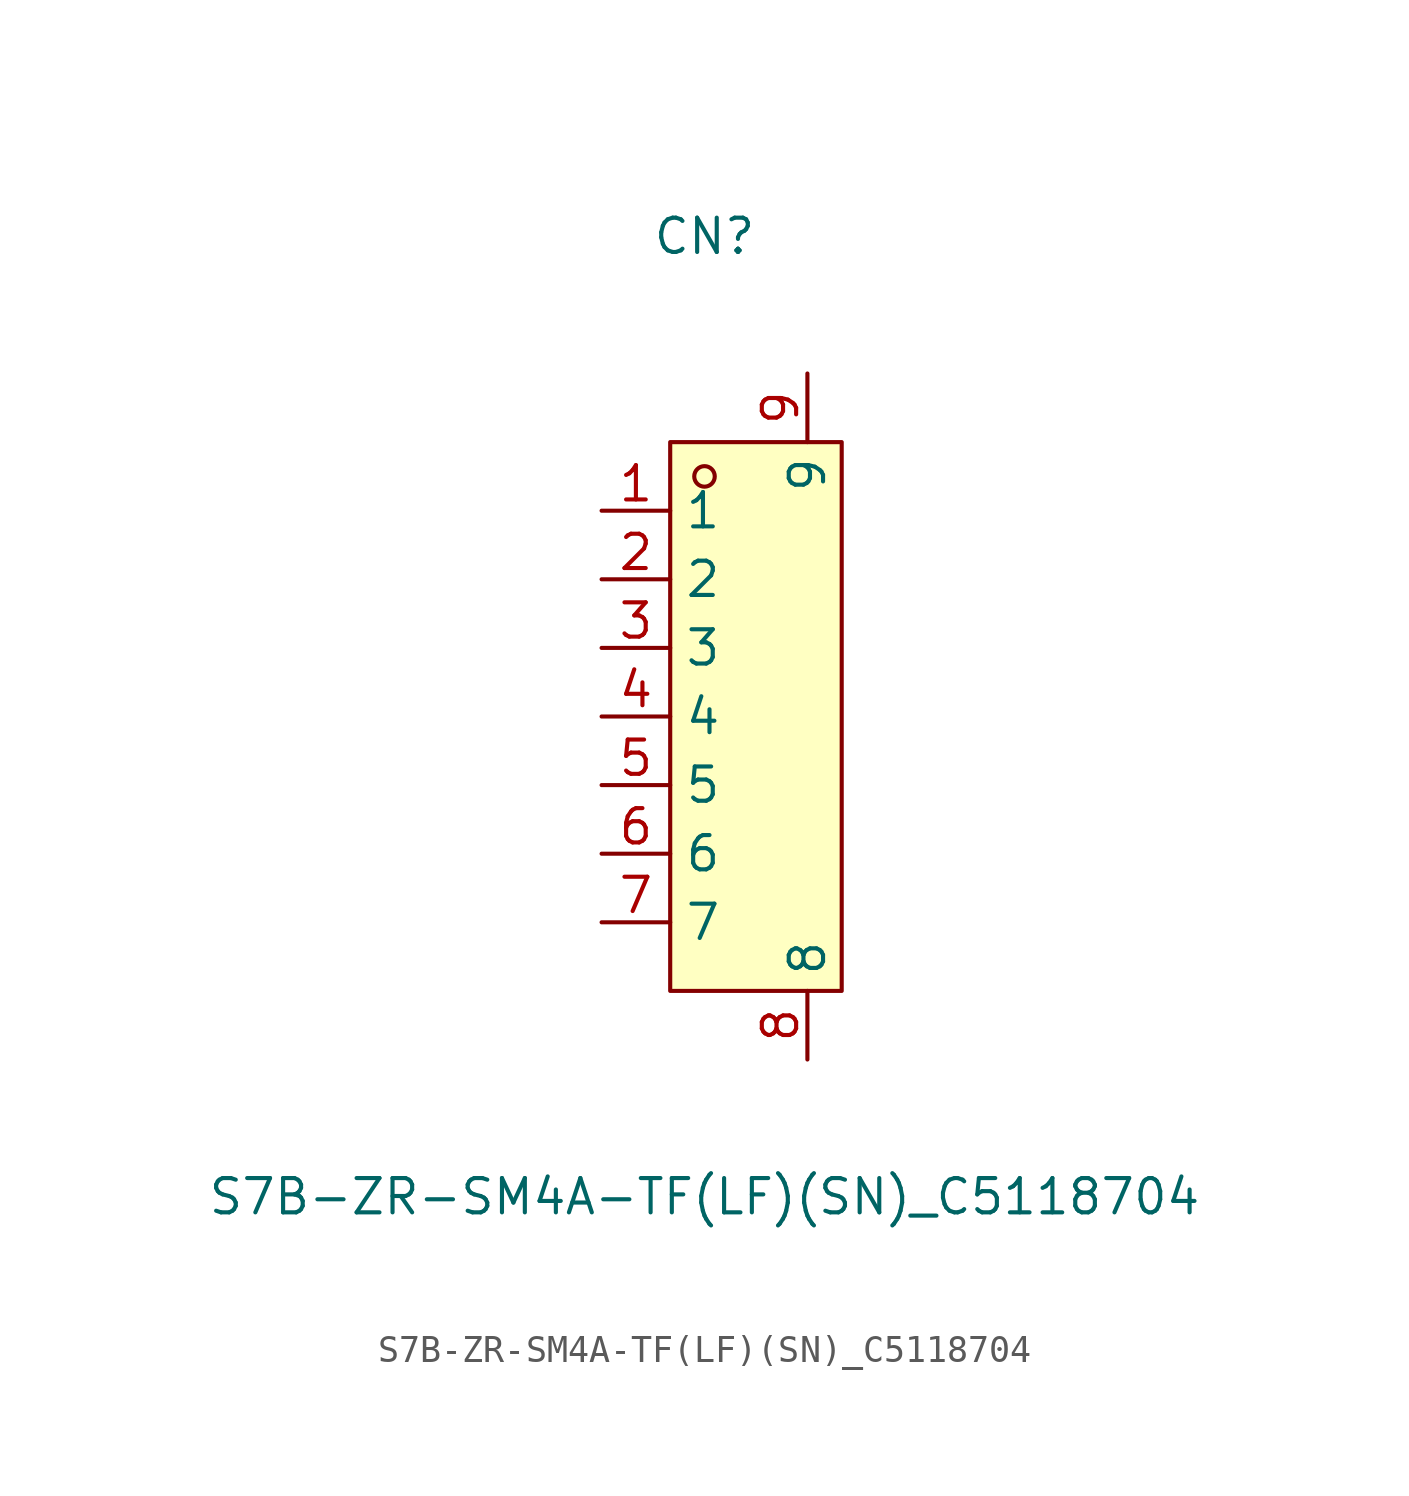
<source format=kicad_sym>
(kicad_symbol_lib
  (version 20231120)
  (generator "kicad_symbol_editor")
  (generator_version "8.0")
  (symbol "S7B-ZR-SM4A-TF(LF)(SN)_C5118704"
    (property "Reference" "CN"
      (at 0 17.78 0)
      (effects (font (size 1.27 1.27))))
    (property "Value" "S7B-ZR-SM4A-TF(LF)(SN)_C5118704"
      (at 0 -17.78 0)
      (effects (font (size 1.27 1.27))))
    (symbol "S7B-ZR-SM4A-TF(LF)(SN)_C5118704_0_1"
      (rectangle (start -1.27 10.16) (end 5.08 -10.16) (stroke (width 0) (type default)) (fill (type background)))
      (circle (center 0 8.89) (radius 0.38) (stroke (width 0) (type default)) (fill (type none)))
      (pin unspecified line (at -3.81 7.62 0) (length 2.54) (name "1" (effects (font (size 1.27 1.27)))) (number "1" (effects (font (size 1.27 1.27)))))
      (pin unspecified line (at -3.81 5.08 0) (length 2.54) (name "2" (effects (font (size 1.27 1.27)))) (number "2" (effects (font (size 1.27 1.27)))))
      (pin unspecified line (at -3.81 2.54 0) (length 2.54) (name "3" (effects (font (size 1.27 1.27)))) (number "3" (effects (font (size 1.27 1.27)))))
      (pin unspecified line (at -3.81 0 0) (length 2.54) (name "4" (effects (font (size 1.27 1.27)))) (number "4" (effects (font (size 1.27 1.27)))))
      (pin unspecified line (at -3.81 -2.54 0) (length 2.54) (name "5" (effects (font (size 1.27 1.27)))) (number "5" (effects (font (size 1.27 1.27)))))
      (pin unspecified line (at -3.81 -5.08 0) (length 2.54) (name "6" (effects (font (size 1.27 1.27)))) (number "6" (effects (font (size 1.27 1.27)))))
      (pin unspecified line (at -3.81 -7.62 0) (length 2.54) (name "7" (effects (font (size 1.27 1.27)))) (number "7" (effects (font (size 1.27 1.27)))))
      (pin unspecified line (at 3.81 -12.7 90) (length 2.54) (name "8" (effects (font (size 1.27 1.27)))) (number "8" (effects (font (size 1.27 1.27)))))
      (pin unspecified line (at 3.81 12.7 270) (length 2.54) (name "9" (effects (font (size 1.27 1.27)))) (number "9" (effects (font (size 1.27 1.27))))))))
</source>
